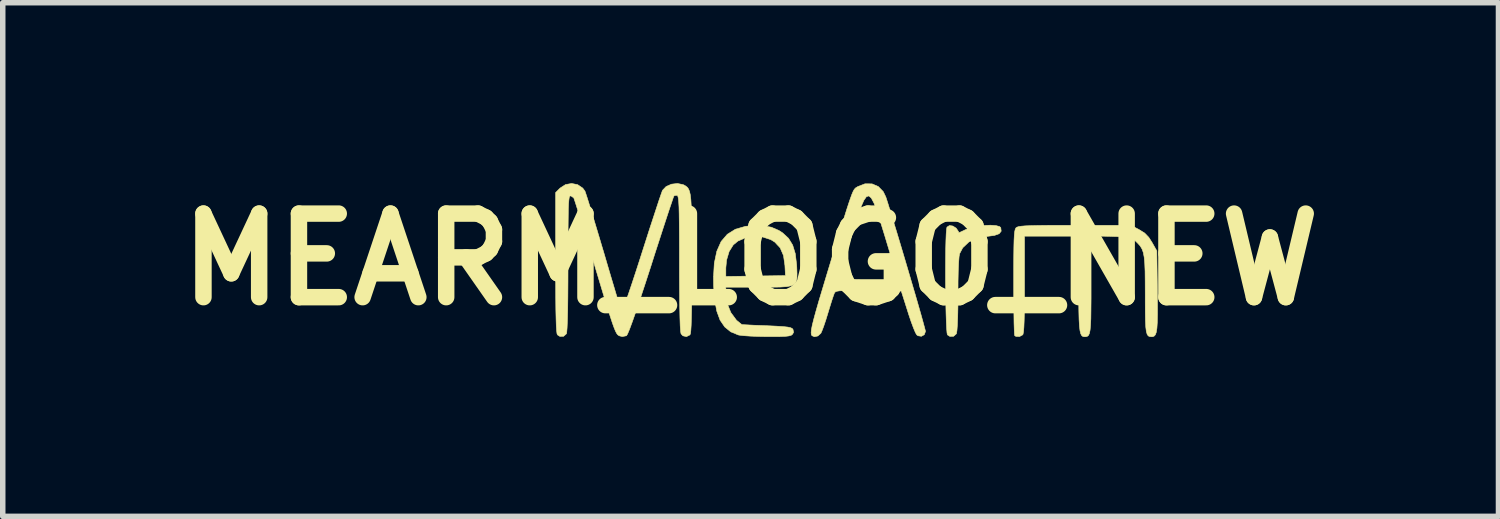
<source format=kicad_pcb>
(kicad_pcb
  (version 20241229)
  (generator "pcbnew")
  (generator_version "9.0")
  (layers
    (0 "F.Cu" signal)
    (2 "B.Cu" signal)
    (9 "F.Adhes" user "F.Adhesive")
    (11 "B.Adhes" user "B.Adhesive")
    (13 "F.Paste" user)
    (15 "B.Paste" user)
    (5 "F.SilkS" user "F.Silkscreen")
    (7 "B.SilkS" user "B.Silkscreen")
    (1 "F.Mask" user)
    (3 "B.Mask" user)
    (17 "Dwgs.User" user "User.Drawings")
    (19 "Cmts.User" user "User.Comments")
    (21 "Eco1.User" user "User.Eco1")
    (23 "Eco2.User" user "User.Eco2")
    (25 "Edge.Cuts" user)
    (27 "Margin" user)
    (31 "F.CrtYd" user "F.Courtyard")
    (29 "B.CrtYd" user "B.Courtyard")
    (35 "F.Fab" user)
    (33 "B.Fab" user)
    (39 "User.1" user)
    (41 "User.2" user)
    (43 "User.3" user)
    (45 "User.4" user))
  (footprint "MEARM_LOGO_NEW"
    (layer "F.Cu")
    (at 10.639 1.68)
    (property "Reference" "MEARM_LOGO_NEW" (at 0 0 0) (layer "F.SilkS") (effects (font (size 1.524 1.524) (thickness 0.3))))
    (attr through_hole)
    (fp_poly (pts (xy -5.471 -1.661) (xy -5.249 -1.614) (xy -5.024 -1.528) (xy -4.981 -1.508) (xy -4.719 -1.353) (xy -4.494 -1.159) (xy -4.31 -0.93) (xy -4.171 -0.672) (xy -4.079 -0.391) (xy -4.038 -0.091) (xy -4.036 -0.01) (xy -4.045 0.209) (xy -4.075 0.399) (xy -4.133 0.582) (xy -4.206 0.748) (xy -4.362 1.009) (xy -4.557 1.233) (xy -4.787 1.414) (xy -5.047 1.552) (xy -5.332 1.642) (xy -5.638 1.682) (xy -5.643 1.682) (xy -5.845 1.682) (xy -6.021 1.665) (xy -6.088 1.653) (xy -6.37 1.56) (xy -6.632 1.418) (xy -6.866 1.231) (xy -7.065 1.006) (xy -7.099 0.957) (xy -7.226 0.747) (xy -7.312 0.544) (xy -7.363 0.327) (xy -7.386 0.099) (xy -7.385 0.052) (xy -7.187 0.052) (xy -7.167 0.231) (xy -7.129 0.411) (xy -7.076 0.576) (xy -7.013 0.709) (xy -6.976 0.761) (xy -6.963 0.774) (xy -6.948 0.778) (xy -6.93 0.767) (xy -6.907 0.736) (xy -6.875 0.681) (xy -6.831 0.596) (xy -6.774 0.478) (xy -6.701 0.321) (xy -6.608 0.121) (xy -6.536 -0.036) (xy -6.44 -0.242) (xy -6.35 -0.434) (xy -6.268 -0.604) (xy -6.199 -0.747) (xy -6.144 -0.856) (xy -6.107 -0.923) (xy -6.094 -0.942) (xy -6.042 -0.977) (xy -6.003 -0.98) (xy -5.975 -0.953) (xy -5.92 -0.887) (xy -5.842 -0.789) (xy -5.748 -0.665) (xy -5.642 -0.522) (xy -5.586 -0.447) (xy -5.473 -0.291) (xy -5.366 -0.144) (xy -5.271 -0.015) (xy -5.196 0.088) (xy -5.144 0.156) (xy -5.132 0.173) (xy -5.053 0.275) (xy -4.81 0.219) (xy -4.691 0.193) (xy -4.614 0.18) (xy -4.567 0.181) (xy -4.537 0.194) (xy -4.524 0.205) (xy -4.495 0.27) (xy -4.5 0.305) (xy -4.518 0.334) (xy -4.561 0.36) (xy -4.635 0.386) (xy -4.752 0.417) (xy -4.82 0.433) (xy -4.969 0.466) (xy -5.071 0.482) (xy -5.133 0.483) (xy -5.158 0.474) (xy -5.184 0.443) (xy -5.238 0.373) (xy -5.315 0.271) (xy -5.41 0.144) (xy -5.518 -0.003) (xy -5.591 -0.103) (xy -5.703 -0.256) (xy -5.804 -0.392) (xy -5.889 -0.505) (xy -5.955 -0.589) (xy -5.996 -0.638) (xy -6.006 -0.648) (xy -6.022 -0.623) (xy -6.059 -0.553) (xy -6.113 -0.444) (xy -6.182 -0.301) (xy -6.263 -0.131) (xy -6.352 0.059) (xy -6.41 0.184) (xy -6.795 1.016) (xy -6.698 1.101) (xy -6.46 1.275) (xy -6.205 1.396) (xy -5.935 1.462) (xy -5.654 1.474) (xy -5.365 1.431) (xy -5.266 1.404) (xy -5.015 1.3) (xy -4.793 1.151) (xy -4.604 0.966) (xy -4.45 0.751) (xy -4.337 0.513) (xy -4.266 0.259) (xy -4.241 -0.006) (xy -4.266 -0.273) (xy -4.316 -0.461) (xy -4.434 -0.72) (xy -4.594 -0.948) (xy -4.792 -1.139) (xy -5.02 -1.291) (xy -5.273 -1.399) (xy -5.546 -1.457) (xy -5.719 -1.467) (xy -5.997 -1.44) (xy -6.258 -1.362) (xy -6.498 -1.239) (xy -6.71 -1.074) (xy -6.89 -0.873) (xy -7.032 -0.64) (xy -7.133 -0.381) (xy -7.184 -0.11) (xy -7.187 0.052) (xy -7.385 0.052) (xy -7.381 -0.203) (xy -7.332 -0.474) (xy -7.236 -0.723) (xy -7.09 -0.957) (xy -6.901 -1.174) (xy -6.67 -1.376) (xy -6.426 -1.524) (xy -6.163 -1.621) (xy -5.876 -1.669) (xy -5.715 -1.675) (xy -5.471 -1.661)) (stroke (width 0.01) (type solid)) (fill yes) (layer "F.Mask"))
    (fp_poly (pts (xy 4.474 -0.616) (xy 4.541 -0.598) (xy 4.562 -0.578) (xy 4.57 -0.514) (xy 4.533 -0.468) (xy 4.448 -0.437) (xy 4.329 -0.421) (xy 4.132 -0.386) (xy 3.98 -0.317) (xy 3.869 -0.212) (xy 3.812 -0.104) (xy 3.802 -0.049) (xy 3.794 0.057) (xy 3.787 0.207) (xy 3.783 0.394) (xy 3.782 0.614) (xy 3.782 0.639) (xy 3.781 0.859) (xy 3.777 1.047) (xy 3.771 1.195) (xy 3.763 1.299) (xy 3.754 1.353) (xy 3.753 1.357) (xy 3.701 1.403) (xy 3.634 1.405) (xy 3.59 1.377) (xy 3.582 1.342) (xy 3.575 1.258) (xy 3.569 1.134) (xy 3.564 0.977) (xy 3.56 0.796) (xy 3.557 0.6) (xy 3.555 0.395) (xy 3.555 0.19) (xy 3.556 -0.007) (xy 3.558 -0.188) (xy 3.562 -0.345) (xy 3.567 -0.469) (xy 3.574 -0.553) (xy 3.581 -0.588) (xy 3.627 -0.617) (xy 3.688 -0.608) (xy 3.749 -0.569) (xy 3.791 -0.507) (xy 3.797 -0.488) (xy 3.821 -0.495) (xy 3.879 -0.522) (xy 3.924 -0.544) (xy 4.017 -0.578) (xy 4.132 -0.603) (xy 4.255 -0.618) (xy 4.374 -0.623) (xy 4.474 -0.616)) (stroke (width 0.01) (type solid)) (fill yes) (layer "F.SilkS"))
    (fp_poly (pts (xy 0.22 -0.615) (xy 0.379 -0.586) (xy 0.516 -0.527) (xy 0.585 -0.482) (xy 0.691 -0.384) (xy 0.767 -0.26) (xy 0.815 -0.103) (xy 0.839 0.096) (xy 0.842 0.144) (xy 0.846 0.255) (xy 0.845 0.341) (xy 0.833 0.405) (xy 0.802 0.45) (xy 0.747 0.48) (xy 0.661 0.497) (xy 0.539 0.505) (xy 0.373 0.508) (xy 0.157 0.508) (xy 0.135 0.508) (xy -0.452 0.508) (xy -0.452 0.616) (xy -0.428 0.801) (xy -0.361 0.97) (xy -0.258 1.11) (xy -0.161 1.189) (xy -0.133 1.191) (xy -0.057 1.195) (xy 0.056 1.201) (xy 0.196 1.206) (xy 0.293 1.21) (xy 0.467 1.218) (xy 0.592 1.226) (xy 0.677 1.235) (xy 0.731 1.247) (xy 0.761 1.263) (xy 0.772 1.275) (xy 0.784 1.33) (xy 0.764 1.366) (xy 0.741 1.384) (xy 0.7 1.396) (xy 0.634 1.404) (xy 0.532 1.408) (xy 0.386 1.409) (xy 0.3 1.409) (xy 0.142 1.406) (xy -0.004 1.4) (xy -0.124 1.392) (xy -0.207 1.382) (xy -0.226 1.378) (xy -0.363 1.321) (xy -0.472 1.232) (xy -0.557 1.108) (xy -0.617 0.944) (xy -0.656 0.737) (xy -0.675 0.483) (xy -0.677 0.336) (xy -0.667 0.155) (xy -0.452 0.155) (xy -0.452 0.312) (xy 0.635 0.296) (xy 0.626 0.113) (xy 0.6 -0.069) (xy 0.539 -0.21) (xy 0.441 -0.315) (xy 0.368 -0.36) (xy 0.221 -0.408) (xy 0.062 -0.419) (xy -0.094 -0.393) (xy -0.231 -0.334) (xy -0.316 -0.264) (xy -0.392 -0.143) (xy -0.438 0.012) (xy -0.452 0.155) (xy -0.667 0.155) (xy -0.662 0.07) (xy -0.616 -0.149) (xy -0.538 -0.325) (xy -0.425 -0.457) (xy -0.278 -0.549) (xy -0.095 -0.602) (xy 0.025 -0.615) (xy 0.22 -0.615)) (stroke (width 0.01) (type solid)) (fill yes) (layer "F.SilkS"))
    (fp_poly (pts (xy 7.084 -0.543) (xy 7.187 -0.479) (xy 7.262 -0.401) (xy 7.32 -0.31) (xy 7.408 -0.155) (xy 7.418 0.569) (xy 7.42 0.811) (xy 7.42 1.002) (xy 7.417 1.148) (xy 7.41 1.255) (xy 7.398 1.33) (xy 7.381 1.376) (xy 7.357 1.401) (xy 7.327 1.411) (xy 7.314 1.411) (xy 7.279 1.408) (xy 7.252 1.396) (xy 7.232 1.367) (xy 7.217 1.316) (xy 7.207 1.237) (xy 7.201 1.123) (xy 7.198 0.969) (xy 7.197 0.767) (xy 7.197 0.643) (xy 7.196 0.406) (xy 7.194 0.219) (xy 7.188 0.073) (xy 7.178 -0.038) (xy 7.162 -0.123) (xy 7.139 -0.187) (xy 7.108 -0.24) (xy 7.067 -0.287) (xy 7.029 -0.325) (xy 6.99 -0.359) (xy 6.954 -0.383) (xy 6.908 -0.399) (xy 6.842 -0.408) (xy 6.743 -0.414) (xy 6.601 -0.418) (xy 6.574 -0.419) (xy 6.209 -0.428) (xy 6.209 0.458) (xy 6.209 0.715) (xy 6.207 0.921) (xy 6.205 1.082) (xy 6.199 1.203) (xy 6.191 1.29) (xy 6.179 1.349) (xy 6.163 1.385) (xy 6.141 1.403) (xy 6.114 1.41) (xy 6.091 1.411) (xy 6.062 1.407) (xy 6.039 1.391) (xy 6.021 1.357) (xy 6.007 1.3) (xy 5.997 1.215) (xy 5.99 1.097) (xy 5.986 0.938) (xy 5.984 0.736) (xy 5.983 0.483) (xy 5.983 0.439) (xy 5.983 -0.423) (xy 4.995 -0.423) (xy 4.995 0.46) (xy 4.995 0.729) (xy 4.993 0.945) (xy 4.989 1.113) (xy 4.984 1.236) (xy 4.977 1.319) (xy 4.968 1.366) (xy 4.961 1.377) (xy 4.905 1.407) (xy 4.842 1.406) (xy 4.817 1.392) (xy 4.812 1.361) (xy 4.808 1.279) (xy 4.804 1.155) (xy 4.802 0.994) (xy 4.799 0.803) (xy 4.798 0.589) (xy 4.798 0.421) (xy 4.798 0.159) (xy 4.799 -0.051) (xy 4.801 -0.216) (xy 4.804 -0.342) (xy 4.809 -0.435) (xy 4.815 -0.499) (xy 4.824 -0.541) (xy 4.834 -0.567) (xy 4.842 -0.577) (xy 4.86 -0.588) (xy 4.89 -0.598) (xy 4.938 -0.605) (xy 5.011 -0.611) (xy 5.112 -0.615) (xy 5.248 -0.618) (xy 5.424 -0.62) (xy 5.646 -0.621) (xy 5.911 -0.621) (xy 6.936 -0.621) (xy 7.084 -0.543)) (stroke (width 0.01) (type solid)) (fill yes) (layer "F.SilkS"))
    (fp_poly (pts (xy 2.214 -1.377) (xy 2.329 -1.328) (xy 2.419 -1.235) (xy 2.466 -1.138) (xy 2.504 -1.02) (xy 2.551 -0.867) (xy 2.607 -0.685) (xy 2.669 -0.482) (xy 2.735 -0.262) (xy 2.803 -0.034) (xy 2.871 0.196) (xy 2.937 0.421) (xy 3 0.635) (xy 3.057 0.832) (xy 3.106 1.003) (xy 3.145 1.144) (xy 3.173 1.247) (xy 3.188 1.305) (xy 3.189 1.315) (xy 3.167 1.374) (xy 3.114 1.403) (xy 3.052 1.393) (xy 3.029 1.376) (xy 3.005 1.334) (xy 2.97 1.25) (xy 2.927 1.135) (xy 2.881 0.998) (xy 2.868 0.956) (xy 2.748 0.579) (xy 2.152 0.571) (xy 1.952 0.569) (xy 1.802 0.568) (xy 1.694 0.57) (xy 1.62 0.574) (xy 1.573 0.582) (xy 1.546 0.593) (xy 1.532 0.609) (xy 1.529 0.613) (xy 1.511 0.66) (xy 1.482 0.747) (xy 1.446 0.862) (xy 1.412 0.974) (xy 1.372 1.104) (xy 1.333 1.22) (xy 1.3 1.307) (xy 1.281 1.348) (xy 1.227 1.397) (xy 1.164 1.411) (xy 1.119 1.392) (xy 1.108 1.372) (xy 1.104 1.337) (xy 1.109 1.282) (xy 1.124 1.203) (xy 1.151 1.094) (xy 1.19 0.951) (xy 1.242 0.769) (xy 1.31 0.542) (xy 1.369 0.346) (xy 1.61 0.346) (xy 1.636 0.352) (xy 1.71 0.358) (xy 1.824 0.363) (xy 1.968 0.366) (xy 2.133 0.367) (xy 2.145 0.367) (xy 2.682 0.367) (xy 2.666 0.303) (xy 2.654 0.26) (xy 2.627 0.17) (xy 2.589 0.042) (xy 2.542 -0.114) (xy 2.488 -0.293) (xy 2.445 -0.436) (xy 2.368 -0.685) (xy 2.304 -0.881) (xy 2.25 -1.026) (xy 2.201 -1.118) (xy 2.157 -1.157) (xy 2.112 -1.143) (xy 2.065 -1.076) (xy 2.013 -0.956) (xy 1.952 -0.782) (xy 1.88 -0.554) (xy 1.831 -0.394) (xy 1.772 -0.202) (xy 1.72 -0.028) (xy 1.675 0.121) (xy 1.64 0.238) (xy 1.618 0.315) (xy 1.61 0.346) (xy 1.369 0.346) (xy 1.384 0.296) (xy 1.484 -0.034) (xy 1.569 -0.314) (xy 1.641 -0.548) (xy 1.7 -0.741) (xy 1.749 -0.898) (xy 1.789 -1.021) (xy 1.821 -1.115) (xy 1.847 -1.186) (xy 1.868 -1.235) (xy 1.886 -1.269) (xy 1.903 -1.291) (xy 1.919 -1.306) (xy 1.937 -1.316) (xy 1.956 -1.328) (xy 2.086 -1.378) (xy 2.214 -1.377)) (stroke (width 0.01) (type solid)) (fill yes) (layer "F.SilkS"))
    (fp_poly (pts (xy -3.154 -1.362) (xy -3.062 -1.3) (xy -3.021 -1.245) (xy -3.008 -1.207) (xy -2.98 -1.122) (xy -2.94 -0.994) (xy -2.89 -0.832) (xy -2.832 -0.639) (xy -2.767 -0.423) (xy -2.698 -0.191) (xy -2.682 -0.139) (xy -2.613 0.096) (xy -2.548 0.316) (xy -2.489 0.513) (xy -2.439 0.681) (xy -2.398 0.815) (xy -2.37 0.909) (xy -2.355 0.956) (xy -2.354 0.96) (xy -2.342 0.943) (xy -2.316 0.878) (xy -2.276 0.769) (xy -2.225 0.623) (xy -2.165 0.445) (xy -2.097 0.239) (xy -2.023 0.011) (xy -1.988 -0.099) (xy -1.911 -0.339) (xy -1.839 -0.564) (xy -1.772 -0.768) (xy -1.714 -0.945) (xy -1.667 -1.088) (xy -1.631 -1.192) (xy -1.61 -1.251) (xy -1.606 -1.26) (xy -1.541 -1.328) (xy -1.444 -1.371) (xy -1.333 -1.384) (xy -1.229 -1.362) (xy -1.212 -1.354) (xy -1.18 -1.335) (xy -1.153 -1.313) (xy -1.132 -1.283) (xy -1.114 -1.239) (xy -1.1 -1.177) (xy -1.09 -1.092) (xy -1.083 -0.979) (xy -1.078 -0.833) (xy -1.075 -0.649) (xy -1.073 -0.422) (xy -1.073 -0.148) (xy -1.072 0.092) (xy -1.073 0.412) (xy -1.074 0.68) (xy -1.076 0.898) (xy -1.08 1.071) (xy -1.084 1.202) (xy -1.09 1.294) (xy -1.097 1.351) (xy -1.106 1.377) (xy -1.106 1.377) (xy -1.17 1.409) (xy -1.235 1.394) (xy -1.269 1.357) (xy -1.277 1.313) (xy -1.284 1.214) (xy -1.289 1.063) (xy -1.293 0.859) (xy -1.296 0.606) (xy -1.298 0.305) (xy -1.298 0.075) (xy -1.298 -0.224) (xy -1.299 -0.472) (xy -1.301 -0.674) (xy -1.303 -0.833) (xy -1.306 -0.954) (xy -1.311 -1.043) (xy -1.317 -1.104) (xy -1.324 -1.142) (xy -1.333 -1.162) (xy -1.34 -1.167) (xy -1.386 -1.164) (xy -1.4 -1.152) (xy -1.413 -1.119) (xy -1.44 -1.038) (xy -1.482 -0.915) (xy -1.535 -0.754) (xy -1.598 -0.561) (xy -1.669 -0.342) (xy -1.747 -0.102) (xy -1.818 0.122) (xy -1.922 0.442) (xy -2.014 0.72) (xy -2.092 0.952) (xy -2.157 1.137) (xy -2.208 1.274) (xy -2.244 1.36) (xy -2.264 1.393) (xy -2.34 1.408) (xy -2.389 1.396) (xy -2.408 1.387) (xy -2.426 1.373) (xy -2.444 1.348) (xy -2.465 1.307) (xy -2.49 1.246) (xy -2.521 1.16) (xy -2.559 1.045) (xy -2.607 0.895) (xy -2.665 0.706) (xy -2.735 0.473) (xy -2.82 0.191) (xy -2.835 0.141) (xy -2.911 -0.113) (xy -2.983 -0.35) (xy -3.049 -0.566) (xy -3.107 -0.754) (xy -3.156 -0.909) (xy -3.193 -1.026) (xy -3.217 -1.099) (xy -3.226 -1.122) (xy -3.272 -1.154) (xy -3.29 -1.157) (xy -3.299 -1.151) (xy -3.308 -1.128) (xy -3.314 -1.084) (xy -3.32 -1.015) (xy -3.324 -0.916) (xy -3.326 -0.782) (xy -3.328 -0.609) (xy -3.33 -0.392) (xy -3.33 -0.125) (xy -3.33 0.072) (xy -3.331 0.406) (xy -3.333 0.692) (xy -3.336 0.929) (xy -3.341 1.116) (xy -3.347 1.251) (xy -3.354 1.333) (xy -3.359 1.357) (xy -3.411 1.403) (xy -3.478 1.405) (xy -3.522 1.377) (xy -3.531 1.354) (xy -3.538 1.299) (xy -3.544 1.21) (xy -3.548 1.082) (xy -3.552 0.914) (xy -3.554 0.699) (xy -3.555 0.437) (xy -3.556 0.121) (xy -3.556 0.063) (xy -3.556 -1.218) (xy -3.474 -1.3) (xy -3.375 -1.364) (xy -3.264 -1.384) (xy -3.154 -1.362)) (stroke (width 0.01) (type solid)) (fill yes) (layer "F.SilkS")))
  (gr_rect
    (start -3 -3)
    (end 24.278 6.367)
    (stroke (width 0.1) (type default))
    (fill no)
    (layer "Edge.Cuts")))
</source>
